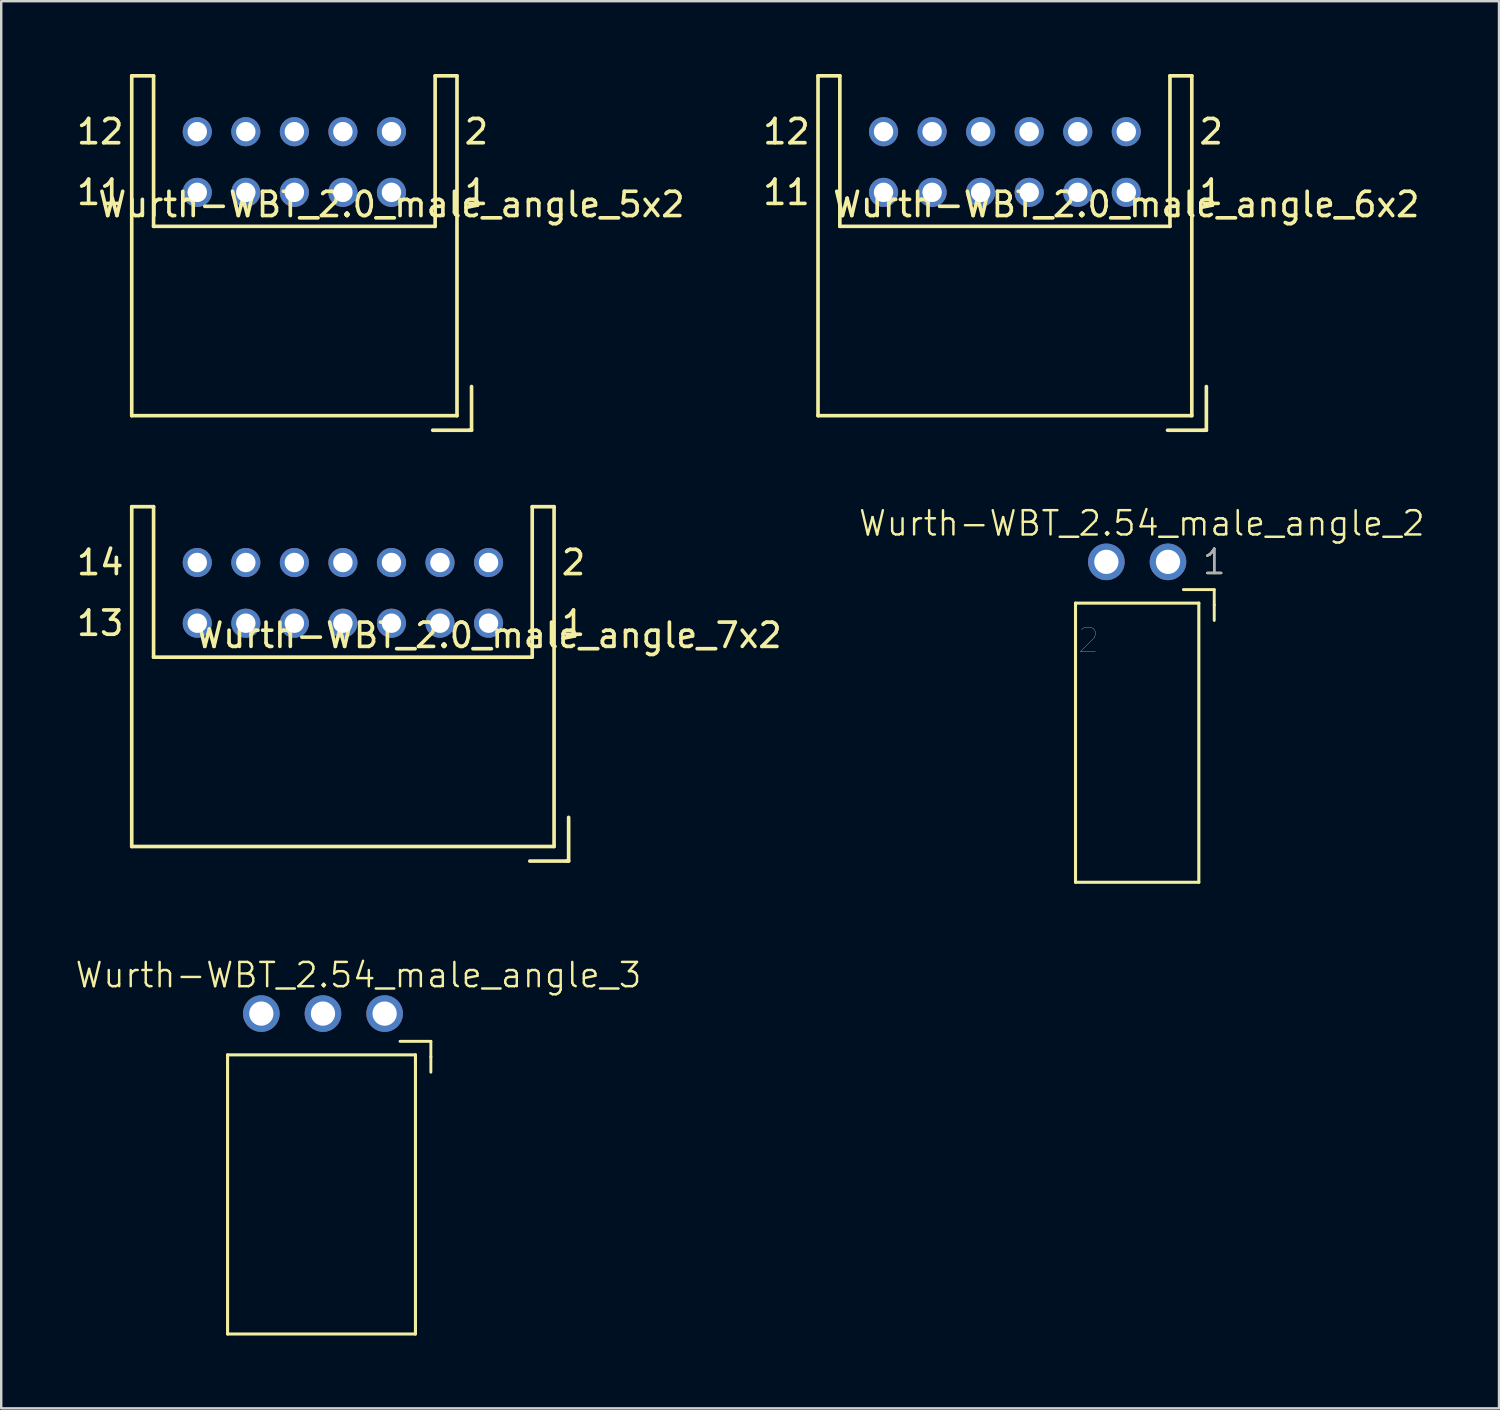
<source format=kicad_pcb>
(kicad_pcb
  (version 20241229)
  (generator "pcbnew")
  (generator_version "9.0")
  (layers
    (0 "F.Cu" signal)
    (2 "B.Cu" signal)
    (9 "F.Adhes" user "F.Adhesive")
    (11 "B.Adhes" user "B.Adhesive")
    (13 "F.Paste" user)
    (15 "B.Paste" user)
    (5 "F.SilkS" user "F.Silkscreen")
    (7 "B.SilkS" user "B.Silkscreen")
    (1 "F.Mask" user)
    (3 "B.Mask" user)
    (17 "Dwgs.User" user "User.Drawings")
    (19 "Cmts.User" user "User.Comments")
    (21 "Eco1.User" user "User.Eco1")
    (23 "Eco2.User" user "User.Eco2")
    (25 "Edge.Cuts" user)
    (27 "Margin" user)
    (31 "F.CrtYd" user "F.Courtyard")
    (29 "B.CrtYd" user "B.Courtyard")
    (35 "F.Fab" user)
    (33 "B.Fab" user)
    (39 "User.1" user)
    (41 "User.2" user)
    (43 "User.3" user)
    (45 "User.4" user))
  (footprint "Wurth-WBT_2.54_male_angle_3"
    (layer "F.Cu")
    (at 11.526 38.709)
    (property "Reference" "Wurth-WBT_2.54_male_angle_3" (at 0.191 -1.587 0) (layer "F.SilkS") (effects (font (size 1 1) (thickness 0.1))))
    (attr through_hole)
    (fp_line (start -5.2 1.7) (end 2.54 1.7) (stroke (width 0.127) (type solid)) (layer "F.SilkS"))
    (fp_line (start -5.2 13.2) (end -5.2 1.7) (stroke (width 0.127) (type solid)) (layer "F.SilkS"))
    (fp_line (start 1.905 1.143) (end 3.175 1.143) (stroke (width 0.12) (type solid)) (layer "F.SilkS"))
    (fp_line (start 2.54 1.7) (end 2.54 13.2) (stroke (width 0.127) (type solid)) (layer "F.SilkS"))
    (fp_line (start 2.54 13.2) (end -5.2 13.2) (stroke (width 0.127) (type solid)) (layer "F.SilkS"))
    (fp_line (start 3.175 1.143) (end 3.175 1.778) (stroke (width 0.12) (type solid)) (layer "F.SilkS"))
    (fp_line (start 3.175 1.778) (end 3.175 2.413) (stroke (width 0.12) (type solid)) (layer "F.SilkS"))
    (pad "1" thru_hole circle (at 1.27 0) (size 1.508 1.508) (drill 1) (layers "*.Cu" "*.Mask"))
    (pad "2" thru_hole circle (at -1.27 0) (size 1.508 1.508) (drill 1) (layers "*.Cu" "*.Mask"))
    (pad "3" thru_hole circle (at -3.81 0) (size 1.508 1.508) (drill 1) (layers "*.Cu" "*.Mask")))
  (footprint "Wurth-WBT_2.0_male_angle_5x2"
    (layer "F.Cu")
    (at 13.077 4.875)
    (property "Reference" "Wurth-WBT_2.0_male_angle_5x2" (at 0 0.5 0) (layer "F.SilkS") (effects (font (size 1 1) (thickness 0.15))))
    (attr through_hole)
    (fp_line (start -10.7 -4.8) (end -9.8 -4.8) (stroke (width 0.15) (type solid)) (layer "F.SilkS"))
    (fp_line (start -10.7 9.2) (end -10.7 -4.8) (stroke (width 0.15) (type solid)) (layer "F.SilkS"))
    (fp_line (start -9.8 -4.8) (end -9.8 1.4) (stroke (width 0.15) (type solid)) (layer "F.SilkS"))
    (fp_line (start -9.8 1.4) (end 1.8 1.4) (stroke (width 0.15) (type solid)) (layer "F.SilkS"))
    (fp_line (start 1.7 9.8) (end 3.2 9.8) (stroke (width 0.15) (type solid)) (layer "F.SilkS"))
    (fp_line (start 1.8 -4.8) (end 2.7 -4.8) (stroke (width 0.15) (type solid)) (layer "F.SilkS"))
    (fp_line (start 1.8 1.4) (end 1.8 -4.8) (stroke (width 0.15) (type solid)) (layer "F.SilkS"))
    (fp_line (start 2.7 -4.8) (end 2.7 9.2) (stroke (width 0.15) (type solid)) (layer "F.SilkS"))
    (fp_line (start 2.7 9.2) (end -10.7 9.2) (stroke (width 0.15) (type solid)) (layer "F.SilkS"))
    (fp_line (start 3.2 9.8) (end 3.3 9.8) (stroke (width 0.15) (type solid)) (layer "F.SilkS"))
    (fp_line (start 3.3 9.8) (end 3.3 8) (stroke (width 0.15) (type solid)) (layer "F.SilkS"))
    (fp_text user "12" (at -12 -2.5 0) (layer "F.SilkS") (effects (font (size 1 1) (thickness 0.15))))
    (fp_text user "2" (at 3.5 -2.5 0) (layer "F.SilkS") (effects (font (size 1 1) (thickness 0.15))))
    (fp_text user "11" (at -12 0 0) (layer "F.SilkS") (effects (font (size 1 1) (thickness 0.15))))
    (fp_text user "1" (at 3.5 0 0) (layer "F.SilkS") (effects (font (size 1 1) (thickness 0.15))))
    (pad "1" thru_hole circle (at 0 0) (size 1.2 1.2) (drill 0.8) (layers "*.Cu" "*.Mask"))
    (pad "2" thru_hole circle (at 0 -2.5) (size 1.2 1.2) (drill 0.8) (layers "*.Cu" "*.Mask"))
    (pad "3" thru_hole circle (at -2 0) (size 1.2 1.2) (drill 0.8) (layers "*.Cu" "*.Mask"))
    (pad "4" thru_hole circle (at -2 -2.5) (size 1.2 1.2) (drill 0.8) (layers "*.Cu" "*.Mask"))
    (pad "5" thru_hole circle (at -4 0) (size 1.2 1.2) (drill 0.8) (layers "*.Cu" "*.Mask"))
    (pad "6" thru_hole circle (at -4 -2.5) (size 1.2 1.2) (drill 0.8) (layers "*.Cu" "*.Mask"))
    (pad "7" thru_hole circle (at -6 0) (size 1.2 1.2) (drill 0.8) (layers "*.Cu" "*.Mask"))
    (pad "8" thru_hole circle (at -6 -2.5) (size 1.2 1.2) (drill 0.8) (layers "*.Cu" "*.Mask"))
    (pad "9" thru_hole circle (at -8 0) (size 1.2 1.2) (drill 0.8) (layers "*.Cu" "*.Mask"))
    (pad "10" thru_hole circle (at -8 -2.5) (size 1.2 1.2) (drill 0.8) (layers "*.Cu" "*.Mask")))
  (footprint "Wurth-WBT_2.0_male_angle_6x2"
    (layer "F.Cu")
    (at 43.351 4.875)
    (property "Reference" "Wurth-WBT_2.0_male_angle_6x2" (at 0 0.5 0) (layer "F.SilkS") (effects (font (size 1 1) (thickness 0.15))))
    (attr through_hole)
    (fp_line (start -12.7 -4.8) (end -11.8 -4.8) (stroke (width 0.15) (type solid)) (layer "F.SilkS"))
    (fp_line (start -12.7 9.2) (end -12.7 -4.8) (stroke (width 0.15) (type solid)) (layer "F.SilkS"))
    (fp_line (start -11.8 -4.8) (end -11.8 1.4) (stroke (width 0.15) (type solid)) (layer "F.SilkS"))
    (fp_line (start -11.8 1.4) (end 1.8 1.4) (stroke (width 0.15) (type solid)) (layer "F.SilkS"))
    (fp_line (start 1.7 9.8) (end 3.2 9.8) (stroke (width 0.15) (type solid)) (layer "F.SilkS"))
    (fp_line (start 1.8 -4.8) (end 2.7 -4.8) (stroke (width 0.15) (type solid)) (layer "F.SilkS"))
    (fp_line (start 1.8 1.4) (end 1.8 -4.8) (stroke (width 0.15) (type solid)) (layer "F.SilkS"))
    (fp_line (start 2.7 -4.8) (end 2.7 9.2) (stroke (width 0.15) (type solid)) (layer "F.SilkS"))
    (fp_line (start 2.7 9.2) (end -12.7 9.2) (stroke (width 0.15) (type solid)) (layer "F.SilkS"))
    (fp_line (start 3.2 9.8) (end 3.3 9.8) (stroke (width 0.15) (type solid)) (layer "F.SilkS"))
    (fp_line (start 3.3 9.8) (end 3.3 8) (stroke (width 0.15) (type solid)) (layer "F.SilkS"))
    (fp_text user "2" (at 3.5 -2.5 0) (layer "F.SilkS") (effects (font (size 1 1) (thickness 0.15))))
    (fp_text user "1" (at 3.5 0 0) (layer "F.SilkS") (effects (font (size 1 1) (thickness 0.15))))
    (fp_text user "12" (at -14 -2.5 0) (layer "F.SilkS") (effects (font (size 1 1) (thickness 0.15))))
    (fp_text user "11" (at -14 0 0) (layer "F.SilkS") (effects (font (size 1 1) (thickness 0.15))))
    (pad "1" thru_hole circle (at 0 0) (size 1.2 1.2) (drill 0.8) (layers "*.Cu" "*.Mask"))
    (pad "2" thru_hole circle (at 0 -2.5) (size 1.2 1.2) (drill 0.8) (layers "*.Cu" "*.Mask"))
    (pad "3" thru_hole circle (at -2 0) (size 1.2 1.2) (drill 0.8) (layers "*.Cu" "*.Mask"))
    (pad "4" thru_hole circle (at -2 -2.5) (size 1.2 1.2) (drill 0.8) (layers "*.Cu" "*.Mask"))
    (pad "5" thru_hole circle (at -4 0) (size 1.2 1.2) (drill 0.8) (layers "*.Cu" "*.Mask"))
    (pad "6" thru_hole circle (at -4 -2.5) (size 1.2 1.2) (drill 0.8) (layers "*.Cu" "*.Mask"))
    (pad "7" thru_hole circle (at -6 0) (size 1.2 1.2) (drill 0.8) (layers "*.Cu" "*.Mask"))
    (pad "8" thru_hole circle (at -6 -2.5) (size 1.2 1.2) (drill 0.8) (layers "*.Cu" "*.Mask"))
    (pad "9" thru_hole circle (at -8 0) (size 1.2 1.2) (drill 0.8) (layers "*.Cu" "*.Mask"))
    (pad "10" thru_hole circle (at -8 -2.5) (size 1.2 1.2) (drill 0.8) (layers "*.Cu" "*.Mask"))
    (pad "11" thru_hole circle (at -10 0) (size 1.2 1.2) (drill 0.8) (layers "*.Cu" "*.Mask"))
    (pad "12" thru_hole circle (at -10 -2.5) (size 1.2 1.2) (drill 0.8) (layers "*.Cu" "*.Mask")))
  (footprint "Wurth-WBT_2.54_male_angle_2"
    (layer "F.Cu")
    (at 43.8 20.098)
    (property "Reference" "Wurth-WBT_2.54_male_angle_2" (at 0.191 -1.587 0) (layer "F.SilkS") (effects (font (size 1 1) (thickness 0.1))))
    (attr through_hole)
    (fp_line (start -2.54 1.7) (end 2.54 1.7) (stroke (width 0.127) (type solid)) (layer "F.SilkS"))
    (fp_line (start -2.54 13.2) (end -2.54 1.7) (stroke (width 0.127) (type solid)) (layer "F.SilkS"))
    (fp_line (start 1.905 1.143) (end 3.175 1.143) (stroke (width 0.12) (type solid)) (layer "F.SilkS"))
    (fp_line (start 2.54 1.7) (end 2.54 13.2) (stroke (width 0.127) (type solid)) (layer "F.SilkS"))
    (fp_line (start 2.54 13.2) (end -2.54 13.2) (stroke (width 0.127) (type solid)) (layer "F.SilkS"))
    (fp_line (start 3.175 1.143) (end 3.175 1.778) (stroke (width 0.12) (type solid)) (layer "F.SilkS"))
    (fp_line (start 3.175 1.778) (end 3.175 2.413) (stroke (width 0.12) (type solid)) (layer "F.SilkS"))
    (fp_text user "1" (at 3.175 0 0) (layer "F.SilkS") (effects (font (size 1 1) (thickness 0.1))))
    (fp_text user "2" (at -2.005 3.235 0) (layer "F.Fab") (effects (font (size 1 1) (thickness 0.015))))
    (fp_text user "1" (at 3.175 0 0) (layer "F.Fab") (effects (font (size 1 1) (thickness 0.1))))
    (pad "1" thru_hole circle (at 1.27 0) (size 1.508 1.508) (drill 1) (layers "*.Cu" "*.Mask"))
    (pad "2" thru_hole circle (at -1.27 0) (size 1.508 1.508) (drill 1) (layers "*.Cu" "*.Mask")))
  (footprint "Wurth-WBT_2.0_male_angle_7x2"
    (layer "F.Cu")
    (at 17.077 22.625)
    (property "Reference" "Wurth-WBT_2.0_male_angle_7x2" (at 0 0.5 0) (layer "F.SilkS") (effects (font (size 1 1) (thickness 0.15))))
    (attr through_hole)
    (fp_line (start -14.7 -4.8) (end -13.8 -4.8) (stroke (width 0.15) (type solid)) (layer "F.SilkS"))
    (fp_line (start -14.7 9.2) (end -14.7 -4.8) (stroke (width 0.15) (type solid)) (layer "F.SilkS"))
    (fp_line (start -13.8 -4.8) (end -13.8 1.4) (stroke (width 0.15) (type solid)) (layer "F.SilkS"))
    (fp_line (start -13.8 1.4) (end 1.8 1.4) (stroke (width 0.15) (type solid)) (layer "F.SilkS"))
    (fp_line (start 1.7 9.8) (end 3.2 9.8) (stroke (width 0.15) (type solid)) (layer "F.SilkS"))
    (fp_line (start 1.8 -4.8) (end 2.7 -4.8) (stroke (width 0.15) (type solid)) (layer "F.SilkS"))
    (fp_line (start 1.8 1.4) (end 1.8 -4.8) (stroke (width 0.15) (type solid)) (layer "F.SilkS"))
    (fp_line (start 2.7 -4.8) (end 2.7 9.2) (stroke (width 0.15) (type solid)) (layer "F.SilkS"))
    (fp_line (start 2.7 9.2) (end -14.7 9.2) (stroke (width 0.15) (type solid)) (layer "F.SilkS"))
    (fp_line (start 3.2 9.8) (end 3.3 9.8) (stroke (width 0.15) (type solid)) (layer "F.SilkS"))
    (fp_line (start 3.3 9.8) (end 3.3 8) (stroke (width 0.15) (type solid)) (layer "F.SilkS"))
    (fp_text user "14" (at -16 -2.5 0) (layer "F.SilkS") (effects (font (size 1 1) (thickness 0.15))))
    (fp_text user "13" (at -16 0 0) (layer "F.SilkS") (effects (font (size 1 1) (thickness 0.15))))
    (fp_text user "2" (at 3.5 -2.5 0) (layer "F.SilkS") (effects (font (size 1 1) (thickness 0.15))))
    (fp_text user "1" (at 3.5 0 0) (layer "F.SilkS") (effects (font (size 1 1) (thickness 0.15))))
    (pad "1" thru_hole circle (at 0 0) (size 1.2 1.2) (drill 0.8) (layers "*.Cu" "*.Mask"))
    (pad "2" thru_hole circle (at 0 -2.5) (size 1.2 1.2) (drill 0.8) (layers "*.Cu" "*.Mask"))
    (pad "3" thru_hole circle (at -2 0) (size 1.2 1.2) (drill 0.8) (layers "*.Cu" "*.Mask"))
    (pad "4" thru_hole circle (at -2 -2.5) (size 1.2 1.2) (drill 0.8) (layers "*.Cu" "*.Mask"))
    (pad "5" thru_hole circle (at -4 0) (size 1.2 1.2) (drill 0.8) (layers "*.Cu" "*.Mask"))
    (pad "6" thru_hole circle (at -4 -2.5) (size 1.2 1.2) (drill 0.8) (layers "*.Cu" "*.Mask"))
    (pad "7" thru_hole circle (at -6 0) (size 1.2 1.2) (drill 0.8) (layers "*.Cu" "*.Mask"))
    (pad "8" thru_hole circle (at -6 -2.5) (size 1.2 1.2) (drill 0.8) (layers "*.Cu" "*.Mask"))
    (pad "9" thru_hole circle (at -8 0) (size 1.2 1.2) (drill 0.8) (layers "*.Cu" "*.Mask"))
    (pad "10" thru_hole circle (at -8 -2.5) (size 1.2 1.2) (drill 0.8) (layers "*.Cu" "*.Mask"))
    (pad "11" thru_hole circle (at -10 0) (size 1.2 1.2) (drill 0.8) (layers "*.Cu" "*.Mask"))
    (pad "12" thru_hole circle (at -10 -2.5) (size 1.2 1.2) (drill 0.8) (layers "*.Cu" "*.Mask"))
    (pad "13" thru_hole circle (at -12 0) (size 1.2 1.2) (drill 0.8) (layers "*.Cu" "*.Mask"))
    (pad "14" thru_hole circle (at -12 -2.5) (size 1.2 1.2) (drill 0.8) (layers "*.Cu" "*.Mask")))
  (gr_rect
    (start -3 -3)
    (end 58.707 54.973)
    (stroke (width 0.1) (type default))
    (fill no)
    (layer "Edge.Cuts")))
</source>
